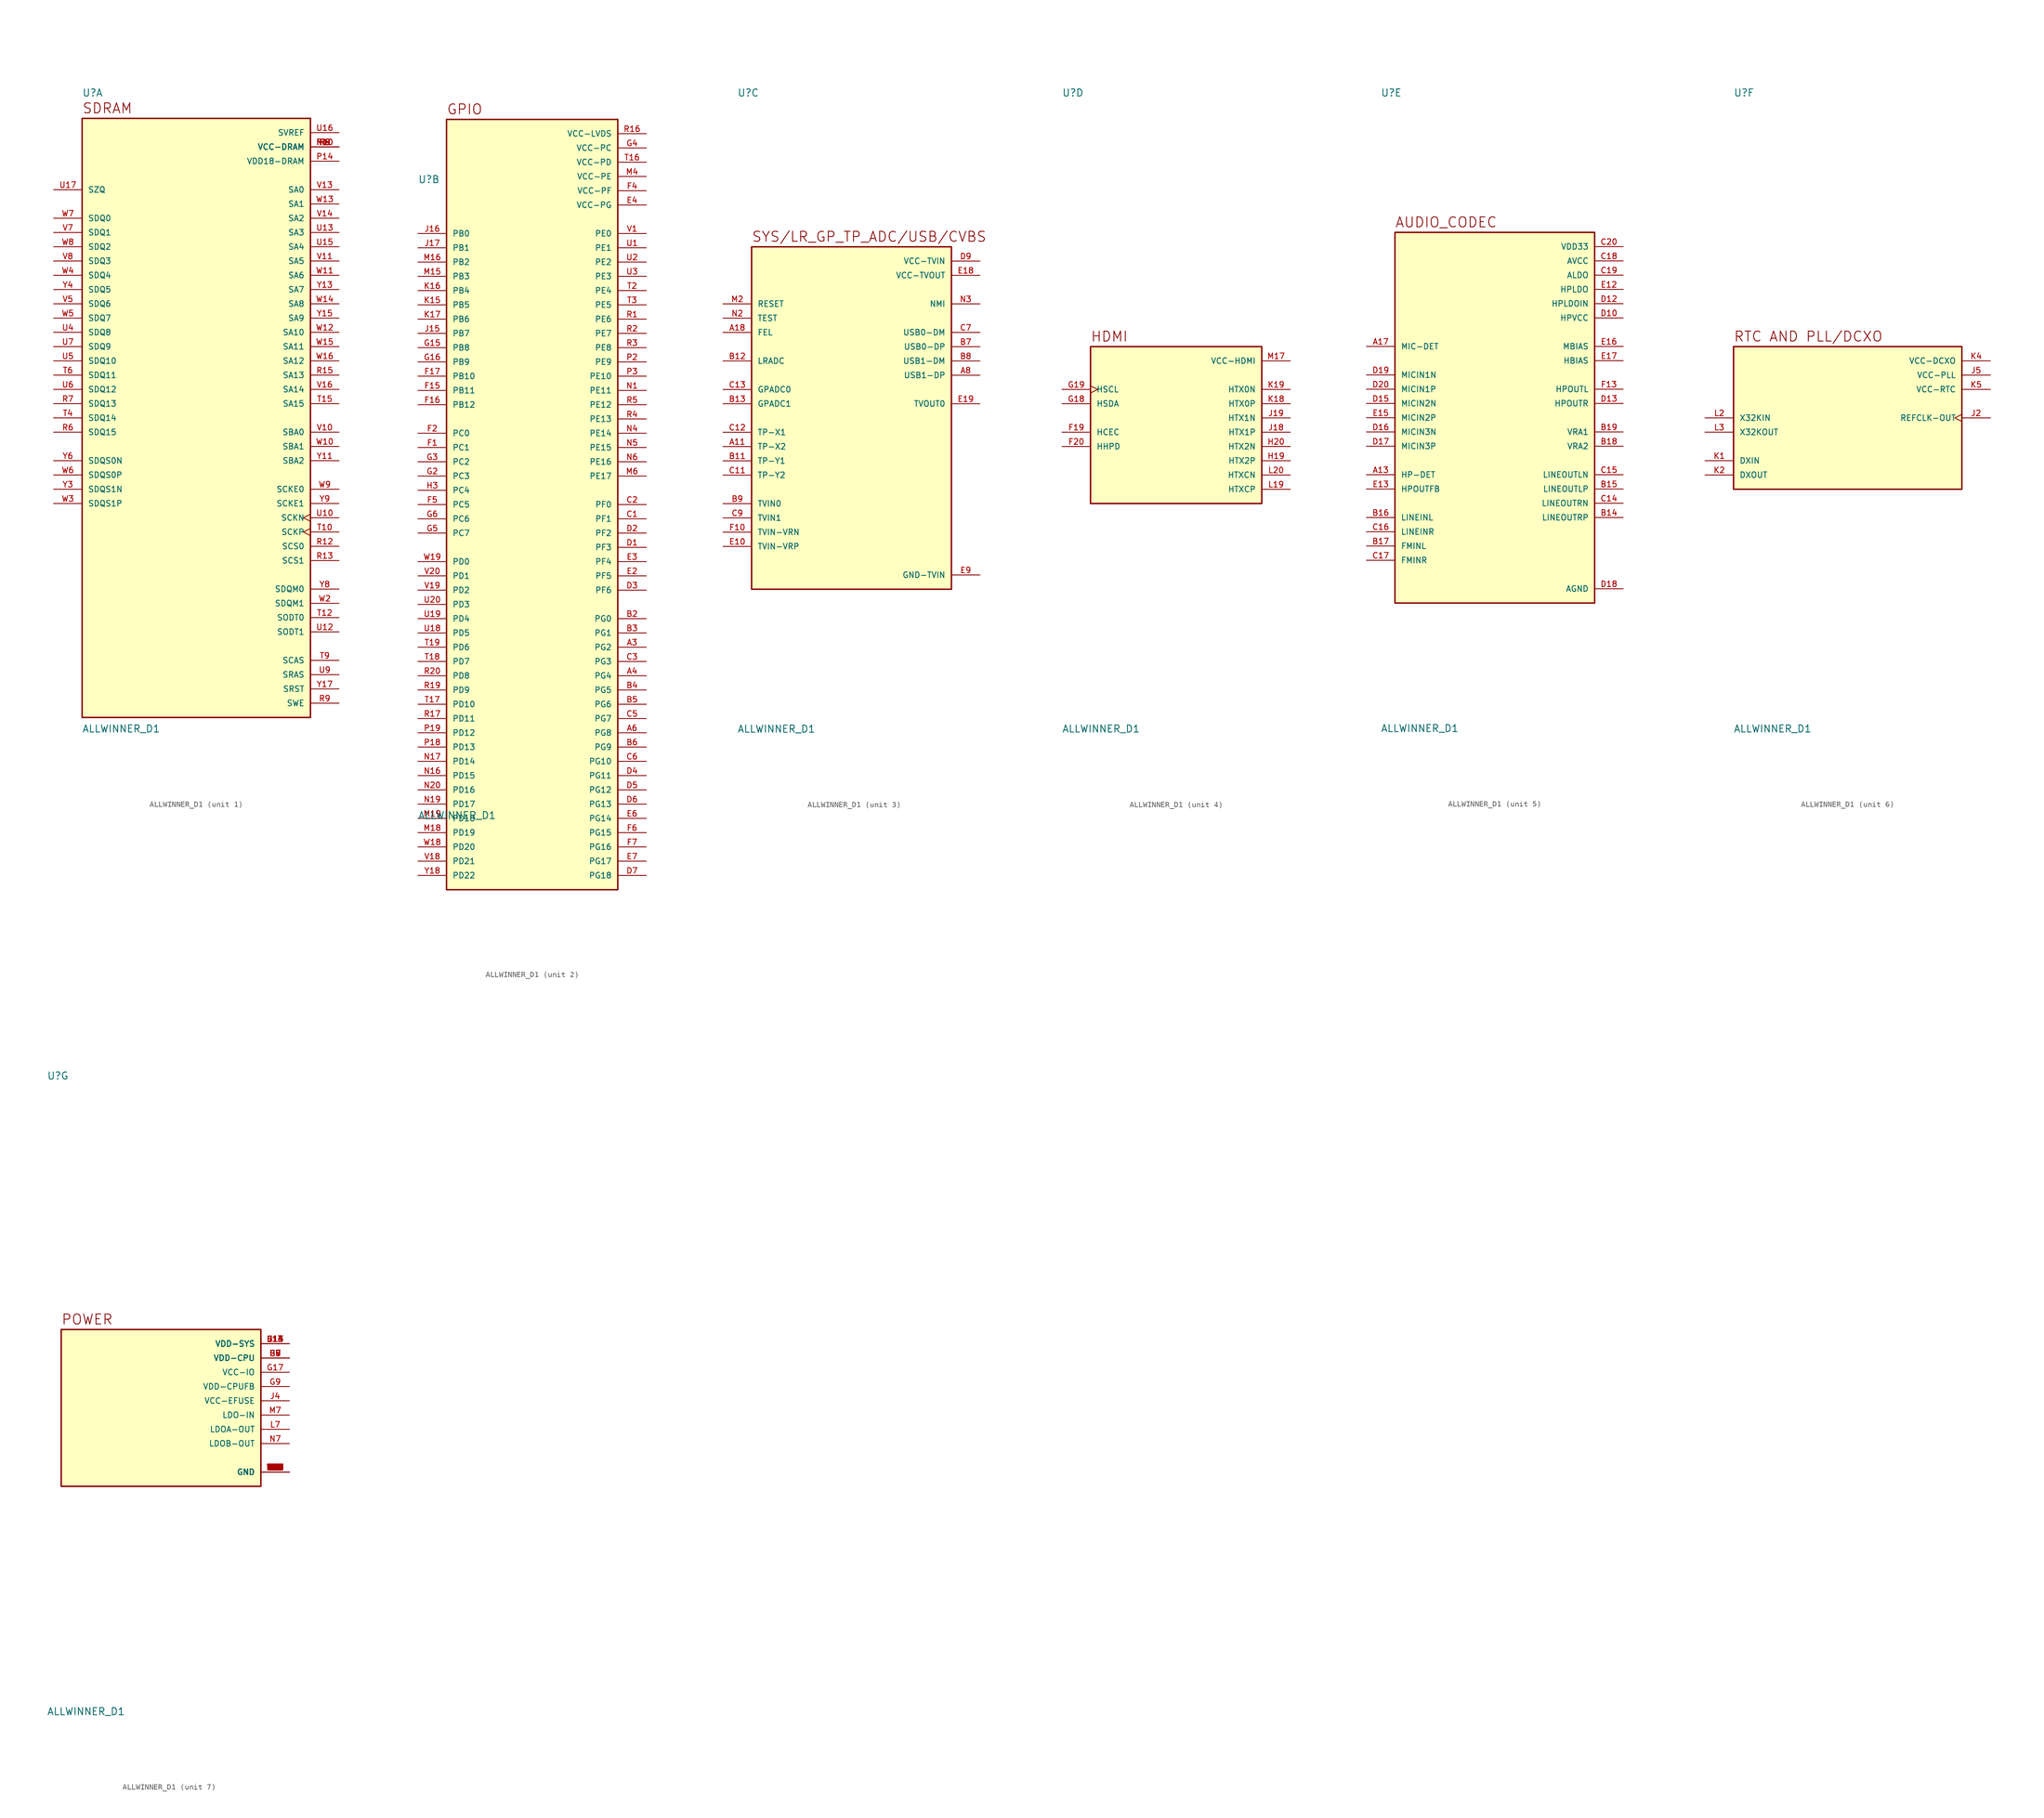
<source format=kicad_sym>
(kicad_symbol_lib
  (version 20211014)
  (generator kicad_symbol_editor)
  (symbol "ALLWINNER_D1"
    (pin_names
      (offset 1.016))
    (property "Reference" "U"
      (at -20.32 57.15 0)
      (effects (font (size 1.27 1.27)) (justify bottom left)))
    (property "Value" "ALLWINNER_D1"
      (at -20.32 -54.61 0)
      (effects (font (size 1.27 1.27)) (justify top left)))
    (symbol "ALLWINNER_D1_1_0"
      (text "SDRAM" (at -20.32 54.102 0) (effects (font (size 1.778 1.778)) (justify bottom left)))
      (rectangle (start -20.32 -53.34) (end 20.32 53.34) (stroke (width 0.254)) (fill (type background)))
      (pin power_in line (at 25.4 50.8 180.0) (length 5.08) (name "SVREF" (effects (font (size 1.016 1.016)))) (number "U16" (effects (font (size 1.016 1.016)))))
      (pin power_in line (at 25.4 48.26 180.0) (length 5.08) (name "VCC-DRAM" (effects (font (size 1.016 1.016)))) (number "N8" (effects (font (size 1.016 1.016)))))
      (pin power_in line (at 25.4 48.26 180.0) (length 5.08) (name "VCC-DRAM" (effects (font (size 1.016 1.016)))) (number "N9" (effects (font (size 1.016 1.016)))))
      (pin power_in line (at 25.4 48.26 180.0) (length 5.08) (name "VCC-DRAM" (effects (font (size 1.016 1.016)))) (number "N10" (effects (font (size 1.016 1.016)))))
      (pin power_in line (at 25.4 48.26 180.0) (length 5.08) (name "VCC-DRAM" (effects (font (size 1.016 1.016)))) (number "P8" (effects (font (size 1.016 1.016)))))
      (pin power_in line (at 25.4 48.26 180.0) (length 5.08) (name "VCC-DRAM" (effects (font (size 1.016 1.016)))) (number "P9" (effects (font (size 1.016 1.016)))))
      (pin power_in line (at 25.4 48.26 180.0) (length 5.08) (name "VCC-DRAM" (effects (font (size 1.016 1.016)))) (number "P10" (effects (font (size 1.016 1.016)))))
      (pin power_in line (at 25.4 45.72 180.0) (length 5.08) (name "VDD18-DRAM" (effects (font (size 1.016 1.016)))) (number "P14" (effects (font (size 1.016 1.016)))))
      (pin input line (at -25.4 40.64 0) (length 5.08) (name "SZQ" (effects (font (size 1.016 1.016)))) (number "U17" (effects (font (size 1.016 1.016)))))
      (pin bidirectional line (at -25.4 35.56 0) (length 5.08) (name "SDQ0" (effects (font (size 1.016 1.016)))) (number "W7" (effects (font (size 1.016 1.016)))))
      (pin bidirectional line (at -25.4 33.02 0) (length 5.08) (name "SDQ1" (effects (font (size 1.016 1.016)))) (number "V7" (effects (font (size 1.016 1.016)))))
      (pin bidirectional line (at -25.4 10.16 0) (length 5.08) (name "SDQ10" (effects (font (size 1.016 1.016)))) (number "U5" (effects (font (size 1.016 1.016)))))
      (pin bidirectional line (at -25.4 7.62 0) (length 5.08) (name "SDQ11" (effects (font (size 1.016 1.016)))) (number "T6" (effects (font (size 1.016 1.016)))))
      (pin bidirectional line (at -25.4 5.08 0) (length 5.08) (name "SDQ12" (effects (font (size 1.016 1.016)))) (number "U6" (effects (font (size 1.016 1.016)))))
      (pin bidirectional line (at -25.4 2.54 0) (length 5.08) (name "SDQ13" (effects (font (size 1.016 1.016)))) (number "R7" (effects (font (size 1.016 1.016)))))
      (pin bidirectional line (at -25.4 0.0 0) (length 5.08) (name "SDQ14" (effects (font (size 1.016 1.016)))) (number "T4" (effects (font (size 1.016 1.016)))))
      (pin bidirectional line (at -25.4 -2.54 0) (length 5.08) (name "SDQ15" (effects (font (size 1.016 1.016)))) (number "R6" (effects (font (size 1.016 1.016)))))
      (pin bidirectional line (at -25.4 30.48 0) (length 5.08) (name "SDQ2" (effects (font (size 1.016 1.016)))) (number "W8" (effects (font (size 1.016 1.016)))))
      (pin bidirectional line (at -25.4 27.94 0) (length 5.08) (name "SDQ3" (effects (font (size 1.016 1.016)))) (number "V8" (effects (font (size 1.016 1.016)))))
      (pin output line (at 25.4 40.64 180.0) (length 5.08) (name "SA0" (effects (font (size 1.016 1.016)))) (number "V13" (effects (font (size 1.016 1.016)))))
      (pin output line (at 25.4 38.1 180.0) (length 5.08) (name "SA1" (effects (font (size 1.016 1.016)))) (number "W13" (effects (font (size 1.016 1.016)))))
      (pin output line (at 25.4 15.24 180.0) (length 5.08) (name "SA10" (effects (font (size 1.016 1.016)))) (number "W12" (effects (font (size 1.016 1.016)))))
      (pin output line (at 25.4 12.7 180.0) (length 5.08) (name "SA11" (effects (font (size 1.016 1.016)))) (number "W15" (effects (font (size 1.016 1.016)))))
      (pin output line (at 25.4 10.16 180.0) (length 5.08) (name "SA12" (effects (font (size 1.016 1.016)))) (number "W16" (effects (font (size 1.016 1.016)))))
      (pin output line (at 25.4 7.62 180.0) (length 5.08) (name "SA13" (effects (font (size 1.016 1.016)))) (number "R15" (effects (font (size 1.016 1.016)))))
      (pin output line (at 25.4 5.08 180.0) (length 5.08) (name "SA14" (effects (font (size 1.016 1.016)))) (number "V16" (effects (font (size 1.016 1.016)))))
      (pin output line (at 25.4 2.54 180.0) (length 5.08) (name "SA15" (effects (font (size 1.016 1.016)))) (number "T15" (effects (font (size 1.016 1.016)))))
      (pin output line (at 25.4 35.56 180.0) (length 5.08) (name "SA2" (effects (font (size 1.016 1.016)))) (number "V14" (effects (font (size 1.016 1.016)))))
      (pin output line (at 25.4 33.02 180.0) (length 5.08) (name "SA3" (effects (font (size 1.016 1.016)))) (number "U13" (effects (font (size 1.016 1.016)))))
      (pin output line (at 25.4 30.48 180.0) (length 5.08) (name "SA4" (effects (font (size 1.016 1.016)))) (number "U15" (effects (font (size 1.016 1.016)))))
      (pin output line (at 25.4 27.94 180.0) (length 5.08) (name "SA5" (effects (font (size 1.016 1.016)))) (number "V11" (effects (font (size 1.016 1.016)))))
      (pin output line (at 25.4 25.4 180.0) (length 5.08) (name "SA6" (effects (font (size 1.016 1.016)))) (number "W11" (effects (font (size 1.016 1.016)))))
      (pin output line (at 25.4 22.86 180.0) (length 5.08) (name "SA7" (effects (font (size 1.016 1.016)))) (number "Y13" (effects (font (size 1.016 1.016)))))
      (pin output line (at 25.4 20.32 180.0) (length 5.08) (name "SA8" (effects (font (size 1.016 1.016)))) (number "W14" (effects (font (size 1.016 1.016)))))
      (pin output line (at 25.4 17.78 180.0) (length 5.08) (name "SA9" (effects (font (size 1.016 1.016)))) (number "Y15" (effects (font (size 1.016 1.016)))))
      (pin output line (at 25.4 -2.54 180.0) (length 5.08) (name "SBA0" (effects (font (size 1.016 1.016)))) (number "V10" (effects (font (size 1.016 1.016)))))
      (pin output line (at 25.4 -5.08 180.0) (length 5.08) (name "SBA1" (effects (font (size 1.016 1.016)))) (number "W10" (effects (font (size 1.016 1.016)))))
      (pin output line (at 25.4 -7.62 180.0) (length 5.08) (name "SBA2" (effects (font (size 1.016 1.016)))) (number "Y11" (effects (font (size 1.016 1.016)))))
      (pin output line (at 25.4 -43.18 180.0) (length 5.08) (name "SCAS" (effects (font (size 1.016 1.016)))) (number "T9" (effects (font (size 1.016 1.016)))))
      (pin output line (at 25.4 -12.7 180.0) (length 5.08) (name "SCKE0" (effects (font (size 1.016 1.016)))) (number "W9" (effects (font (size 1.016 1.016)))))
      (pin output line (at 25.4 -15.24 180.0) (length 5.08) (name "SCKE1" (effects (font (size 1.016 1.016)))) (number "Y9" (effects (font (size 1.016 1.016)))))
      (pin output clock (at 25.4 -17.78 180.0) (length 5.08) (name "SCKN" (effects (font (size 1.016 1.016)))) (number "U10" (effects (font (size 1.016 1.016)))))
      (pin output clock (at 25.4 -20.32 180.0) (length 5.08) (name "SCKP" (effects (font (size 1.016 1.016)))) (number "T10" (effects (font (size 1.016 1.016)))))
      (pin output line (at 25.4 -22.86 180.0) (length 5.08) (name "SCS0" (effects (font (size 1.016 1.016)))) (number "R12" (effects (font (size 1.016 1.016)))))
      (pin output line (at 25.4 -25.4 180.0) (length 5.08) (name "SCS1" (effects (font (size 1.016 1.016)))) (number "R13" (effects (font (size 1.016 1.016)))))
      (pin output line (at 25.4 -30.48 180.0) (length 5.08) (name "SDQM0" (effects (font (size 1.016 1.016)))) (number "Y8" (effects (font (size 1.016 1.016)))))
      (pin output line (at 25.4 -33.02 180.0) (length 5.08) (name "SDQM1" (effects (font (size 1.016 1.016)))) (number "W2" (effects (font (size 1.016 1.016)))))
      (pin output line (at 25.4 -35.56 180.0) (length 5.08) (name "SODT0" (effects (font (size 1.016 1.016)))) (number "T12" (effects (font (size 1.016 1.016)))))
      (pin output line (at 25.4 -38.1 180.0) (length 5.08) (name "SODT1" (effects (font (size 1.016 1.016)))) (number "U12" (effects (font (size 1.016 1.016)))))
      (pin output line (at 25.4 -45.72 180.0) (length 5.08) (name "SRAS" (effects (font (size 1.016 1.016)))) (number "U9" (effects (font (size 1.016 1.016)))))
      (pin output line (at 25.4 -48.26 180.0) (length 5.08) (name "SRST" (effects (font (size 1.016 1.016)))) (number "Y17" (effects (font (size 1.016 1.016)))))
      (pin output line (at 25.4 -50.8 180.0) (length 5.08) (name "SWE" (effects (font (size 1.016 1.016)))) (number "R9" (effects (font (size 1.016 1.016)))))
      (pin bidirectional line (at -25.4 25.4 0) (length 5.08) (name "SDQ4" (effects (font (size 1.016 1.016)))) (number "W4" (effects (font (size 1.016 1.016)))))
      (pin bidirectional line (at -25.4 22.86 0) (length 5.08) (name "SDQ5" (effects (font (size 1.016 1.016)))) (number "Y4" (effects (font (size 1.016 1.016)))))
      (pin bidirectional line (at -25.4 20.32 0) (length 5.08) (name "SDQ6" (effects (font (size 1.016 1.016)))) (number "V5" (effects (font (size 1.016 1.016)))))
      (pin bidirectional line (at -25.4 17.78 0) (length 5.08) (name "SDQ7" (effects (font (size 1.016 1.016)))) (number "W5" (effects (font (size 1.016 1.016)))))
      (pin bidirectional line (at -25.4 15.24 0) (length 5.08) (name "SDQ8" (effects (font (size 1.016 1.016)))) (number "U4" (effects (font (size 1.016 1.016)))))
      (pin bidirectional line (at -25.4 12.7 0) (length 5.08) (name "SDQ9" (effects (font (size 1.016 1.016)))) (number "U7" (effects (font (size 1.016 1.016)))))
      (pin bidirectional line (at -25.4 -7.62 0) (length 5.08) (name "SDQS0N" (effects (font (size 1.016 1.016)))) (number "Y6" (effects (font (size 1.016 1.016)))))
      (pin bidirectional line (at -25.4 -10.16 0) (length 5.08) (name "SDQS0P" (effects (font (size 1.016 1.016)))) (number "W6" (effects (font (size 1.016 1.016)))))
      (pin bidirectional line (at -25.4 -12.7 0) (length 5.08) (name "SDQS1N" (effects (font (size 1.016 1.016)))) (number "Y3" (effects (font (size 1.016 1.016)))))
      (pin bidirectional line (at -25.4 -15.24 0) (length 5.08) (name "SDQS1P" (effects (font (size 1.016 1.016)))) (number "W3" (effects (font (size 1.016 1.016))))))
    (symbol "ALLWINNER_D1_2_0"
      (text "GPIO" (at -15.24 69.342 0) (effects (font (size 1.778 1.778)) (justify bottom left)))
      (rectangle (start -15.24 -68.58) (end 15.24 68.58) (stroke (width 0.254)) (fill (type background)))
      (pin power_in line (at 20.32 66.04 180.0) (length 5.08) (name "VCC-LVDS" (effects (font (size 1.016 1.016)))) (number "R16" (effects (font (size 1.016 1.016)))))
      (pin power_in line (at 20.32 63.5 180.0) (length 5.08) (name "VCC-PC" (effects (font (size 1.016 1.016)))) (number "G4" (effects (font (size 1.016 1.016)))))
      (pin power_in line (at 20.32 60.96 180.0) (length 5.08) (name "VCC-PD" (effects (font (size 1.016 1.016)))) (number "T16" (effects (font (size 1.016 1.016)))))
      (pin power_in line (at 20.32 58.42 180.0) (length 5.08) (name "VCC-PE" (effects (font (size 1.016 1.016)))) (number "M4" (effects (font (size 1.016 1.016)))))
      (pin power_in line (at 20.32 55.88 180.0) (length 5.08) (name "VCC-PF" (effects (font (size 1.016 1.016)))) (number "F4" (effects (font (size 1.016 1.016)))))
      (pin power_in line (at 20.32 53.34 180.0) (length 5.08) (name "VCC-PG" (effects (font (size 1.016 1.016)))) (number "E4" (effects (font (size 1.016 1.016)))))
      (pin bidirectional line (at -20.32 48.26 0) (length 5.08) (name "PB0" (effects (font (size 1.016 1.016)))) (number "J16" (effects (font (size 1.016 1.016)))))
      (pin bidirectional line (at -20.32 45.72 0) (length 5.08) (name "PB1" (effects (font (size 1.016 1.016)))) (number "J17" (effects (font (size 1.016 1.016)))))
      (pin bidirectional line (at -20.32 22.86 0) (length 5.08) (name "PB10" (effects (font (size 1.016 1.016)))) (number "F17" (effects (font (size 1.016 1.016)))))
      (pin bidirectional line (at -20.32 20.32 0) (length 5.08) (name "PB11" (effects (font (size 1.016 1.016)))) (number "F15" (effects (font (size 1.016 1.016)))))
      (pin bidirectional line (at -20.32 17.78 0) (length 5.08) (name "PB12" (effects (font (size 1.016 1.016)))) (number "F16" (effects (font (size 1.016 1.016)))))
      (pin bidirectional line (at -20.32 43.18 0) (length 5.08) (name "PB2" (effects (font (size 1.016 1.016)))) (number "M16" (effects (font (size 1.016 1.016)))))
      (pin bidirectional line (at -20.32 40.64 0) (length 5.08) (name "PB3" (effects (font (size 1.016 1.016)))) (number "M15" (effects (font (size 1.016 1.016)))))
      (pin bidirectional line (at -20.32 38.1 0) (length 5.08) (name "PB4" (effects (font (size 1.016 1.016)))) (number "K16" (effects (font (size 1.016 1.016)))))
      (pin bidirectional line (at -20.32 35.56 0) (length 5.08) (name "PB5" (effects (font (size 1.016 1.016)))) (number "K15" (effects (font (size 1.016 1.016)))))
      (pin bidirectional line (at -20.32 33.02 0) (length 5.08) (name "PB6" (effects (font (size 1.016 1.016)))) (number "K17" (effects (font (size 1.016 1.016)))))
      (pin bidirectional line (at -20.32 30.48 0) (length 5.08) (name "PB7" (effects (font (size 1.016 1.016)))) (number "J15" (effects (font (size 1.016 1.016)))))
      (pin bidirectional line (at -20.32 27.94 0) (length 5.08) (name "PB8" (effects (font (size 1.016 1.016)))) (number "G15" (effects (font (size 1.016 1.016)))))
      (pin bidirectional line (at -20.32 25.4 0) (length 5.08) (name "PB9" (effects (font (size 1.016 1.016)))) (number "G16" (effects (font (size 1.016 1.016)))))
      (pin bidirectional line (at -20.32 12.7 0) (length 5.08) (name "PC0" (effects (font (size 1.016 1.016)))) (number "F2" (effects (font (size 1.016 1.016)))))
      (pin bidirectional line (at -20.32 10.16 0) (length 5.08) (name "PC1" (effects (font (size 1.016 1.016)))) (number "F1" (effects (font (size 1.016 1.016)))))
      (pin bidirectional line (at -20.32 7.62 0) (length 5.08) (name "PC2" (effects (font (size 1.016 1.016)))) (number "G3" (effects (font (size 1.016 1.016)))))
      (pin bidirectional line (at -20.32 5.08 0) (length 5.08) (name "PC3" (effects (font (size 1.016 1.016)))) (number "G2" (effects (font (size 1.016 1.016)))))
      (pin bidirectional line (at -20.32 2.54 0) (length 5.08) (name "PC4" (effects (font (size 1.016 1.016)))) (number "H3" (effects (font (size 1.016 1.016)))))
      (pin bidirectional line (at -20.32 0.0 0) (length 5.08) (name "PC5" (effects (font (size 1.016 1.016)))) (number "F5" (effects (font (size 1.016 1.016)))))
      (pin bidirectional line (at -20.32 -2.54 0) (length 5.08) (name "PC6" (effects (font (size 1.016 1.016)))) (number "G6" (effects (font (size 1.016 1.016)))))
      (pin bidirectional line (at -20.32 -5.08 0) (length 5.08) (name "PC7" (effects (font (size 1.016 1.016)))) (number "G5" (effects (font (size 1.016 1.016)))))
      (pin bidirectional line (at -20.32 -10.16 0) (length 5.08) (name "PD0" (effects (font (size 1.016 1.016)))) (number "W19" (effects (font (size 1.016 1.016)))))
      (pin bidirectional line (at -20.32 -12.7 0) (length 5.08) (name "PD1" (effects (font (size 1.016 1.016)))) (number "V20" (effects (font (size 1.016 1.016)))))
      (pin bidirectional line (at -20.32 -35.56 0) (length 5.08) (name "PD10" (effects (font (size 1.016 1.016)))) (number "T17" (effects (font (size 1.016 1.016)))))
      (pin bidirectional line (at -20.32 -38.1 0) (length 5.08) (name "PD11" (effects (font (size 1.016 1.016)))) (number "R17" (effects (font (size 1.016 1.016)))))
      (pin bidirectional line (at -20.32 -40.64 0) (length 5.08) (name "PD12" (effects (font (size 1.016 1.016)))) (number "P19" (effects (font (size 1.016 1.016)))))
      (pin bidirectional line (at -20.32 -43.18 0) (length 5.08) (name "PD13" (effects (font (size 1.016 1.016)))) (number "P18" (effects (font (size 1.016 1.016)))))
      (pin bidirectional line (at -20.32 -45.72 0) (length 5.08) (name "PD14" (effects (font (size 1.016 1.016)))) (number "N17" (effects (font (size 1.016 1.016)))))
      (pin bidirectional line (at -20.32 -48.26 0) (length 5.08) (name "PD15" (effects (font (size 1.016 1.016)))) (number "N16" (effects (font (size 1.016 1.016)))))
      (pin bidirectional line (at -20.32 -50.8 0) (length 5.08) (name "PD16" (effects (font (size 1.016 1.016)))) (number "N20" (effects (font (size 1.016 1.016)))))
      (pin bidirectional line (at -20.32 -53.34 0) (length 5.08) (name "PD17" (effects (font (size 1.016 1.016)))) (number "N19" (effects (font (size 1.016 1.016)))))
      (pin bidirectional line (at -20.32 -55.88 0) (length 5.08) (name "PD18" (effects (font (size 1.016 1.016)))) (number "M19" (effects (font (size 1.016 1.016)))))
      (pin bidirectional line (at -20.32 -58.42 0) (length 5.08) (name "PD19" (effects (font (size 1.016 1.016)))) (number "M18" (effects (font (size 1.016 1.016)))))
      (pin bidirectional line (at -20.32 -15.24 0) (length 5.08) (name "PD2" (effects (font (size 1.016 1.016)))) (number "V19" (effects (font (size 1.016 1.016)))))
      (pin bidirectional line (at -20.32 -60.96 0) (length 5.08) (name "PD20" (effects (font (size 1.016 1.016)))) (number "W18" (effects (font (size 1.016 1.016)))))
      (pin bidirectional line (at -20.32 -63.5 0) (length 5.08) (name "PD21" (effects (font (size 1.016 1.016)))) (number "V18" (effects (font (size 1.016 1.016)))))
      (pin bidirectional line (at -20.32 -66.04 0) (length 5.08) (name "PD22" (effects (font (size 1.016 1.016)))) (number "Y18" (effects (font (size 1.016 1.016)))))
      (pin bidirectional line (at -20.32 -17.78 0) (length 5.08) (name "PD3" (effects (font (size 1.016 1.016)))) (number "U20" (effects (font (size 1.016 1.016)))))
      (pin bidirectional line (at -20.32 -20.32 0) (length 5.08) (name "PD4" (effects (font (size 1.016 1.016)))) (number "U19" (effects (font (size 1.016 1.016)))))
      (pin bidirectional line (at -20.32 -22.86 0) (length 5.08) (name "PD5" (effects (font (size 1.016 1.016)))) (number "U18" (effects (font (size 1.016 1.016)))))
      (pin bidirectional line (at -20.32 -25.4 0) (length 5.08) (name "PD6" (effects (font (size 1.016 1.016)))) (number "T19" (effects (font (size 1.016 1.016)))))
      (pin bidirectional line (at -20.32 -27.94 0) (length 5.08) (name "PD7" (effects (font (size 1.016 1.016)))) (number "T18" (effects (font (size 1.016 1.016)))))
      (pin bidirectional line (at -20.32 -30.48 0) (length 5.08) (name "PD8" (effects (font (size 1.016 1.016)))) (number "R20" (effects (font (size 1.016 1.016)))))
      (pin bidirectional line (at -20.32 -33.02 0) (length 5.08) (name "PD9" (effects (font (size 1.016 1.016)))) (number "R19" (effects (font (size 1.016 1.016)))))
      (pin bidirectional line (at 20.32 48.26 180.0) (length 5.08) (name "PE0" (effects (font (size 1.016 1.016)))) (number "V1" (effects (font (size 1.016 1.016)))))
      (pin bidirectional line (at 20.32 45.72 180.0) (length 5.08) (name "PE1" (effects (font (size 1.016 1.016)))) (number "U1" (effects (font (size 1.016 1.016)))))
      (pin bidirectional line (at 20.32 22.86 180.0) (length 5.08) (name "PE10" (effects (font (size 1.016 1.016)))) (number "P3" (effects (font (size 1.016 1.016)))))
      (pin bidirectional line (at 20.32 20.32 180.0) (length 5.08) (name "PE11" (effects (font (size 1.016 1.016)))) (number "N1" (effects (font (size 1.016 1.016)))))
      (pin bidirectional line (at 20.32 17.78 180.0) (length 5.08) (name "PE12" (effects (font (size 1.016 1.016)))) (number "R5" (effects (font (size 1.016 1.016)))))
      (pin bidirectional line (at 20.32 15.24 180.0) (length 5.08) (name "PE13" (effects (font (size 1.016 1.016)))) (number "R4" (effects (font (size 1.016 1.016)))))
      (pin bidirectional line (at 20.32 12.7 180.0) (length 5.08) (name "PE14" (effects (font (size 1.016 1.016)))) (number "N4" (effects (font (size 1.016 1.016)))))
      (pin bidirectional line (at 20.32 10.16 180.0) (length 5.08) (name "PE15" (effects (font (size 1.016 1.016)))) (number "N5" (effects (font (size 1.016 1.016)))))
      (pin bidirectional line (at 20.32 7.62 180.0) (length 5.08) (name "PE16" (effects (font (size 1.016 1.016)))) (number "N6" (effects (font (size 1.016 1.016)))))
      (pin bidirectional line (at 20.32 5.08 180.0) (length 5.08) (name "PE17" (effects (font (size 1.016 1.016)))) (number "M6" (effects (font (size 1.016 1.016)))))
      (pin bidirectional line (at 20.32 43.18 180.0) (length 5.08) (name "PE2" (effects (font (size 1.016 1.016)))) (number "U2" (effects (font (size 1.016 1.016)))))
      (pin bidirectional line (at 20.32 40.64 180.0) (length 5.08) (name "PE3" (effects (font (size 1.016 1.016)))) (number "U3" (effects (font (size 1.016 1.016)))))
      (pin bidirectional line (at 20.32 38.1 180.0) (length 5.08) (name "PE4" (effects (font (size 1.016 1.016)))) (number "T2" (effects (font (size 1.016 1.016)))))
      (pin bidirectional line (at 20.32 35.56 180.0) (length 5.08) (name "PE5" (effects (font (size 1.016 1.016)))) (number "T3" (effects (font (size 1.016 1.016)))))
      (pin bidirectional line (at 20.32 33.02 180.0) (length 5.08) (name "PE6" (effects (font (size 1.016 1.016)))) (number "R1" (effects (font (size 1.016 1.016)))))
      (pin bidirectional line (at 20.32 30.48 180.0) (length 5.08) (name "PE7" (effects (font (size 1.016 1.016)))) (number "R2" (effects (font (size 1.016 1.016)))))
      (pin bidirectional line (at 20.32 27.94 180.0) (length 5.08) (name "PE8" (effects (font (size 1.016 1.016)))) (number "R3" (effects (font (size 1.016 1.016)))))
      (pin bidirectional line (at 20.32 25.4 180.0) (length 5.08) (name "PE9" (effects (font (size 1.016 1.016)))) (number "P2" (effects (font (size 1.016 1.016)))))
      (pin bidirectional line (at 20.32 0.0 180.0) (length 5.08) (name "PF0" (effects (font (size 1.016 1.016)))) (number "C2" (effects (font (size 1.016 1.016)))))
      (pin bidirectional line (at 20.32 -2.54 180.0) (length 5.08) (name "PF1" (effects (font (size 1.016 1.016)))) (number "C1" (effects (font (size 1.016 1.016)))))
      (pin bidirectional line (at 20.32 -5.08 180.0) (length 5.08) (name "PF2" (effects (font (size 1.016 1.016)))) (number "D2" (effects (font (size 1.016 1.016)))))
      (pin bidirectional line (at 20.32 -7.62 180.0) (length 5.08) (name "PF3" (effects (font (size 1.016 1.016)))) (number "D1" (effects (font (size 1.016 1.016)))))
      (pin bidirectional line (at 20.32 -10.16 180.0) (length 5.08) (name "PF4" (effects (font (size 1.016 1.016)))) (number "E3" (effects (font (size 1.016 1.016)))))
      (pin bidirectional line (at 20.32 -12.7 180.0) (length 5.08) (name "PF5" (effects (font (size 1.016 1.016)))) (number "E2" (effects (font (size 1.016 1.016)))))
      (pin bidirectional line (at 20.32 -15.24 180.0) (length 5.08) (name "PF6" (effects (font (size 1.016 1.016)))) (number "D3" (effects (font (size 1.016 1.016)))))
      (pin bidirectional line (at 20.32 -20.32 180.0) (length 5.08) (name "PG0" (effects (font (size 1.016 1.016)))) (number "B2" (effects (font (size 1.016 1.016)))))
      (pin bidirectional line (at 20.32 -22.86 180.0) (length 5.08) (name "PG1" (effects (font (size 1.016 1.016)))) (number "B3" (effects (font (size 1.016 1.016)))))
      (pin bidirectional line (at 20.32 -45.72 180.0) (length 5.08) (name "PG10" (effects (font (size 1.016 1.016)))) (number "C6" (effects (font (size 1.016 1.016)))))
      (pin bidirectional line (at 20.32 -48.26 180.0) (length 5.08) (name "PG11" (effects (font (size 1.016 1.016)))) (number "D4" (effects (font (size 1.016 1.016)))))
      (pin bidirectional line (at 20.32 -50.8 180.0) (length 5.08) (name "PG12" (effects (font (size 1.016 1.016)))) (number "D5" (effects (font (size 1.016 1.016)))))
      (pin bidirectional line (at 20.32 -53.34 180.0) (length 5.08) (name "PG13" (effects (font (size 1.016 1.016)))) (number "D6" (effects (font (size 1.016 1.016)))))
      (pin bidirectional line (at 20.32 -55.88 180.0) (length 5.08) (name "PG14" (effects (font (size 1.016 1.016)))) (number "E6" (effects (font (size 1.016 1.016)))))
      (pin bidirectional line (at 20.32 -58.42 180.0) (length 5.08) (name "PG15" (effects (font (size 1.016 1.016)))) (number "F6" (effects (font (size 1.016 1.016)))))
      (pin bidirectional line (at 20.32 -60.96 180.0) (length 5.08) (name "PG16" (effects (font (size 1.016 1.016)))) (number "F7" (effects (font (size 1.016 1.016)))))
      (pin bidirectional line (at 20.32 -63.5 180.0) (length 5.08) (name "PG17" (effects (font (size 1.016 1.016)))) (number "E7" (effects (font (size 1.016 1.016)))))
      (pin bidirectional line (at 20.32 -66.04 180.0) (length 5.08) (name "PG18" (effects (font (size 1.016 1.016)))) (number "D7" (effects (font (size 1.016 1.016)))))
      (pin bidirectional line (at 20.32 -25.4 180.0) (length 5.08) (name "PG2" (effects (font (size 1.016 1.016)))) (number "A3" (effects (font (size 1.016 1.016)))))
      (pin bidirectional line (at 20.32 -27.94 180.0) (length 5.08) (name "PG3" (effects (font (size 1.016 1.016)))) (number "C3" (effects (font (size 1.016 1.016)))))
      (pin bidirectional line (at 20.32 -30.48 180.0) (length 5.08) (name "PG4" (effects (font (size 1.016 1.016)))) (number "A4" (effects (font (size 1.016 1.016)))))
      (pin bidirectional line (at 20.32 -33.02 180.0) (length 5.08) (name "PG5" (effects (font (size 1.016 1.016)))) (number "B4" (effects (font (size 1.016 1.016)))))
      (pin bidirectional line (at 20.32 -35.56 180.0) (length 5.08) (name "PG6" (effects (font (size 1.016 1.016)))) (number "B5" (effects (font (size 1.016 1.016)))))
      (pin bidirectional line (at 20.32 -38.1 180.0) (length 5.08) (name "PG7" (effects (font (size 1.016 1.016)))) (number "C5" (effects (font (size 1.016 1.016)))))
      (pin bidirectional line (at 20.32 -40.64 180.0) (length 5.08) (name "PG8" (effects (font (size 1.016 1.016)))) (number "A6" (effects (font (size 1.016 1.016)))))
      (pin bidirectional line (at 20.32 -43.18 180.0) (length 5.08) (name "PG9" (effects (font (size 1.016 1.016)))) (number "B6" (effects (font (size 1.016 1.016))))))
    (symbol "ALLWINNER_D1_3_0"
      (text "SYS/LR_GP_TP_ADC/USB/CVBS" (at -17.78 31.242 0) (effects (font (size 1.778 1.778)) (justify bottom left)))
      (rectangle (start -17.78 -30.48) (end 17.78 30.48) (stroke (width 0.254)) (fill (type background)))
      (pin power_in line (at 22.86 27.94 180.0) (length 5.08) (name "VCC-TVIN" (effects (font (size 1.016 1.016)))) (number "D9" (effects (font (size 1.016 1.016)))))
      (pin power_in line (at 22.86 25.4 180.0) (length 5.08) (name "VCC-TVOUT" (effects (font (size 1.016 1.016)))) (number "E18" (effects (font (size 1.016 1.016)))))
      (pin input line (at -22.86 15.24 0) (length 5.08) (name "FEL" (effects (font (size 1.016 1.016)))) (number "A18" (effects (font (size 1.016 1.016)))))
      (pin input line (at -22.86 5.08 0) (length 5.08) (name "GPADC0" (effects (font (size 1.016 1.016)))) (number "C13" (effects (font (size 1.016 1.016)))))
      (pin input line (at -22.86 2.54 0) (length 5.08) (name "GPADC1" (effects (font (size 1.016 1.016)))) (number "B13" (effects (font (size 1.016 1.016)))))
      (pin input line (at -22.86 10.16 0) (length 5.08) (name "LRADC" (effects (font (size 1.016 1.016)))) (number "B12" (effects (font (size 1.016 1.016)))))
      (pin input line (at -22.86 20.32 0) (length 5.08) (name "RESET" (effects (font (size 1.016 1.016)))) (number "M2" (effects (font (size 1.016 1.016)))))
      (pin input line (at -22.86 17.78 0) (length 5.08) (name "TEST" (effects (font (size 1.016 1.016)))) (number "N2" (effects (font (size 1.016 1.016)))))
      (pin input line (at -22.86 -2.54 0) (length 5.08) (name "TP-X1" (effects (font (size 1.016 1.016)))) (number "C12" (effects (font (size 1.016 1.016)))))
      (pin input line (at -22.86 -5.08 0) (length 5.08) (name "TP-X2" (effects (font (size 1.016 1.016)))) (number "A11" (effects (font (size 1.016 1.016)))))
      (pin input line (at -22.86 -7.62 0) (length 5.08) (name "TP-Y1" (effects (font (size 1.016 1.016)))) (number "B11" (effects (font (size 1.016 1.016)))))
      (pin input line (at -22.86 -10.16 0) (length 5.08) (name "TP-Y2" (effects (font (size 1.016 1.016)))) (number "C11" (effects (font (size 1.016 1.016)))))
      (pin input line (at -22.86 -15.24 0) (length 5.08) (name "TVIN0" (effects (font (size 1.016 1.016)))) (number "B9" (effects (font (size 1.016 1.016)))))
      (pin input line (at -22.86 -17.78 0) (length 5.08) (name "TVIN1" (effects (font (size 1.016 1.016)))) (number "C9" (effects (font (size 1.016 1.016)))))
      (pin input line (at -22.86 -20.32 0) (length 5.08) (name "TVIN-VRN" (effects (font (size 1.016 1.016)))) (number "F10" (effects (font (size 1.016 1.016)))))
      (pin input line (at -22.86 -22.86 0) (length 5.08) (name "TVIN-VRP" (effects (font (size 1.016 1.016)))) (number "E10" (effects (font (size 1.016 1.016)))))
      (pin bidirectional line (at 22.86 20.32 180.0) (length 5.08) (name "NMI" (effects (font (size 1.016 1.016)))) (number "N3" (effects (font (size 1.016 1.016)))))
      (pin bidirectional line (at 22.86 15.24 180.0) (length 5.08) (name "USB0-DM" (effects (font (size 1.016 1.016)))) (number "C7" (effects (font (size 1.016 1.016)))))
      (pin bidirectional line (at 22.86 12.7 180.0) (length 5.08) (name "USB0-DP" (effects (font (size 1.016 1.016)))) (number "B7" (effects (font (size 1.016 1.016)))))
      (pin bidirectional line (at 22.86 10.16 180.0) (length 5.08) (name "USB1-DM" (effects (font (size 1.016 1.016)))) (number "B8" (effects (font (size 1.016 1.016)))))
      (pin bidirectional line (at 22.86 7.62 180.0) (length 5.08) (name "USB1-DP" (effects (font (size 1.016 1.016)))) (number "A8" (effects (font (size 1.016 1.016)))))
      (pin output line (at 22.86 2.54 180.0) (length 5.08) (name "TVOUT0" (effects (font (size 1.016 1.016)))) (number "E19" (effects (font (size 1.016 1.016)))))
      (pin power_in line (at 22.86 -27.94 180.0) (length 5.08) (name "GND-TVIN" (effects (font (size 1.016 1.016)))) (number "E9" (effects (font (size 1.016 1.016))))))
    (symbol "ALLWINNER_D1_4_0"
      (text "HDMI" (at -15.24 13.462 0) (effects (font (size 1.778 1.778)) (justify bottom left)))
      (rectangle (start -15.24 -15.24) (end 15.24 12.7) (stroke (width 0.254)) (fill (type background)))
      (pin power_in line (at 20.32 10.16 180.0) (length 5.08) (name "VCC-HDMI" (effects (font (size 1.016 1.016)))) (number "M17" (effects (font (size 1.016 1.016)))))
      (pin bidirectional line (at -20.32 -2.54 0) (length 5.08) (name "HCEC" (effects (font (size 1.016 1.016)))) (number "F19" (effects (font (size 1.016 1.016)))))
      (pin bidirectional line (at -20.32 -5.08 0) (length 5.08) (name "HHPD" (effects (font (size 1.016 1.016)))) (number "F20" (effects (font (size 1.016 1.016)))))
      (pin output clock (at -20.32 5.08 0) (length 5.08) (name "HSCL" (effects (font (size 1.016 1.016)))) (number "G19" (effects (font (size 1.016 1.016)))))
      (pin bidirectional line (at -20.32 2.54 0) (length 5.08) (name "HSDA" (effects (font (size 1.016 1.016)))) (number "G18" (effects (font (size 1.016 1.016)))))
      (pin output line (at 20.32 5.08 180.0) (length 5.08) (name "HTX0N" (effects (font (size 1.016 1.016)))) (number "K19" (effects (font (size 1.016 1.016)))))
      (pin output line (at 20.32 2.54 180.0) (length 5.08) (name "HTX0P" (effects (font (size 1.016 1.016)))) (number "K18" (effects (font (size 1.016 1.016)))))
      (pin output line (at 20.32 0.0 180.0) (length 5.08) (name "HTX1N" (effects (font (size 1.016 1.016)))) (number "J19" (effects (font (size 1.016 1.016)))))
      (pin output line (at 20.32 -2.54 180.0) (length 5.08) (name "HTX1P" (effects (font (size 1.016 1.016)))) (number "J18" (effects (font (size 1.016 1.016)))))
      (pin output line (at 20.32 -5.08 180.0) (length 5.08) (name "HTX2N" (effects (font (size 1.016 1.016)))) (number "H20" (effects (font (size 1.016 1.016)))))
      (pin output line (at 20.32 -7.62 180.0) (length 5.08) (name "HTX2P" (effects (font (size 1.016 1.016)))) (number "H19" (effects (font (size 1.016 1.016)))))
      (pin output line (at 20.32 -10.16 180.0) (length 5.08) (name "HTXCN" (effects (font (size 1.016 1.016)))) (number "L20" (effects (font (size 1.016 1.016)))))
      (pin output line (at 20.32 -12.7 180.0) (length 5.08) (name "HTXCP" (effects (font (size 1.016 1.016)))) (number "L19" (effects (font (size 1.016 1.016))))))
    (symbol "ALLWINNER_D1_5_0"
      (text "AUDIO_CODEC" (at -17.78 33.782 0) (effects (font (size 1.778 1.778)) (justify bottom left)))
      (rectangle (start -17.78 -33.02) (end 17.78 33.02) (stroke (width 0.254)) (fill (type background)))
      (pin power_in line (at 22.86 25.4 180.0) (length 5.08) (name "ALDO" (effects (font (size 1.016 1.016)))) (number "C19" (effects (font (size 1.016 1.016)))))
      (pin power_in line (at 22.86 27.94 180.0) (length 5.08) (name "AVCC" (effects (font (size 1.016 1.016)))) (number "C18" (effects (font (size 1.016 1.016)))))
      (pin power_in line (at 22.86 22.86 180.0) (length 5.08) (name "HPLDO" (effects (font (size 1.016 1.016)))) (number "E12" (effects (font (size 1.016 1.016)))))
      (pin power_in line (at 22.86 20.32 180.0) (length 5.08) (name "HPLDOIN" (effects (font (size 1.016 1.016)))) (number "D12" (effects (font (size 1.016 1.016)))))
      (pin power_in line (at 22.86 17.78 180.0) (length 5.08) (name "HPVCC" (effects (font (size 1.016 1.016)))) (number "D10" (effects (font (size 1.016 1.016)))))
      (pin power_in line (at 22.86 30.48 180.0) (length 5.08) (name "VDD33" (effects (font (size 1.016 1.016)))) (number "C20" (effects (font (size 1.016 1.016)))))
      (pin input line (at -22.86 -22.86 0) (length 5.08) (name "FMINL" (effects (font (size 1.016 1.016)))) (number "B17" (effects (font (size 1.016 1.016)))))
      (pin input line (at -22.86 -25.4 0) (length 5.08) (name "FMINR" (effects (font (size 1.016 1.016)))) (number "C17" (effects (font (size 1.016 1.016)))))
      (pin input line (at -22.86 -10.16 0) (length 5.08) (name "HP-DET" (effects (font (size 1.016 1.016)))) (number "A13" (effects (font (size 1.016 1.016)))))
      (pin input line (at -22.86 -12.7 0) (length 5.08) (name "HPOUTFB" (effects (font (size 1.016 1.016)))) (number "E13" (effects (font (size 1.016 1.016)))))
      (pin input line (at -22.86 -17.78 0) (length 5.08) (name "LINEINL" (effects (font (size 1.016 1.016)))) (number "B16" (effects (font (size 1.016 1.016)))))
      (pin input line (at -22.86 -20.32 0) (length 5.08) (name "LINEINR" (effects (font (size 1.016 1.016)))) (number "C16" (effects (font (size 1.016 1.016)))))
      (pin input line (at -22.86 12.7 0) (length 5.08) (name "MIC-DET" (effects (font (size 1.016 1.016)))) (number "A17" (effects (font (size 1.016 1.016)))))
      (pin input line (at -22.86 7.62 0) (length 5.08) (name "MICIN1N" (effects (font (size 1.016 1.016)))) (number "D19" (effects (font (size 1.016 1.016)))))
      (pin input line (at -22.86 5.08 0) (length 5.08) (name "MICIN1P" (effects (font (size 1.016 1.016)))) (number "D20" (effects (font (size 1.016 1.016)))))
      (pin input line (at -22.86 2.54 0) (length 5.08) (name "MICIN2N" (effects (font (size 1.016 1.016)))) (number "D15" (effects (font (size 1.016 1.016)))))
      (pin input line (at -22.86 0.0 0) (length 5.08) (name "MICIN2P" (effects (font (size 1.016 1.016)))) (number "E15" (effects (font (size 1.016 1.016)))))
      (pin input line (at -22.86 -2.54 0) (length 5.08) (name "MICIN3N" (effects (font (size 1.016 1.016)))) (number "D16" (effects (font (size 1.016 1.016)))))
      (pin input line (at -22.86 -5.08 0) (length 5.08) (name "MICIN3P" (effects (font (size 1.016 1.016)))) (number "D17" (effects (font (size 1.016 1.016)))))
      (pin output line (at 22.86 10.16 180.0) (length 5.08) (name "HBIAS" (effects (font (size 1.016 1.016)))) (number "E17" (effects (font (size 1.016 1.016)))))
      (pin output line (at 22.86 5.08 180.0) (length 5.08) (name "HPOUTL" (effects (font (size 1.016 1.016)))) (number "F13" (effects (font (size 1.016 1.016)))))
      (pin output line (at 22.86 2.54 180.0) (length 5.08) (name "HPOUTR" (effects (font (size 1.016 1.016)))) (number "D13" (effects (font (size 1.016 1.016)))))
      (pin output line (at 22.86 -10.16 180.0) (length 5.08) (name "LINEOUTLN" (effects (font (size 1.016 1.016)))) (number "C15" (effects (font (size 1.016 1.016)))))
      (pin output line (at 22.86 -12.7 180.0) (length 5.08) (name "LINEOUTLP" (effects (font (size 1.016 1.016)))) (number "B15" (effects (font (size 1.016 1.016)))))
      (pin output line (at 22.86 -15.24 180.0) (length 5.08) (name "LINEOUTRN" (effects (font (size 1.016 1.016)))) (number "C14" (effects (font (size 1.016 1.016)))))
      (pin output line (at 22.86 -17.78 180.0) (length 5.08) (name "LINEOUTRP" (effects (font (size 1.016 1.016)))) (number "B14" (effects (font (size 1.016 1.016)))))
      (pin output line (at 22.86 12.7 180.0) (length 5.08) (name "MBIAS" (effects (font (size 1.016 1.016)))) (number "E16" (effects (font (size 1.016 1.016)))))
      (pin output line (at 22.86 -2.54 180.0) (length 5.08) (name "VRA1" (effects (font (size 1.016 1.016)))) (number "B19" (effects (font (size 1.016 1.016)))))
      (pin output line (at 22.86 -5.08 180.0) (length 5.08) (name "VRA2" (effects (font (size 1.016 1.016)))) (number "B18" (effects (font (size 1.016 1.016)))))
      (pin power_in line (at 22.86 -30.48 180.0) (length 5.08) (name "AGND" (effects (font (size 1.016 1.016)))) (number "D18" (effects (font (size 1.016 1.016))))))
    (symbol "ALLWINNER_D1_6_0"
      (text "RTC AND PLL/DCXO" (at -20.32 13.462 0) (effects (font (size 1.778 1.778)) (justify bottom left)))
      (rectangle (start -20.32 -12.7) (end 20.32 12.7) (stroke (width 0.254)) (fill (type background)))
      (pin power_in line (at 25.4 10.16 180.0) (length 5.08) (name "VCC-DCXO" (effects (font (size 1.016 1.016)))) (number "K4" (effects (font (size 1.016 1.016)))))
      (pin power_in line (at 25.4 7.62 180.0) (length 5.08) (name "VCC-PLL" (effects (font (size 1.016 1.016)))) (number "J5" (effects (font (size 1.016 1.016)))))
      (pin power_in line (at 25.4 5.08 180.0) (length 5.08) (name "VCC-RTC" (effects (font (size 1.016 1.016)))) (number "K5" (effects (font (size 1.016 1.016)))))
      (pin input line (at -25.4 -7.62 0) (length 5.08) (name "DXIN" (effects (font (size 1.016 1.016)))) (number "K1" (effects (font (size 1.016 1.016)))))
      (pin input line (at -25.4 0.0 0) (length 5.08) (name "X32KIN" (effects (font (size 1.016 1.016)))) (number "L2" (effects (font (size 1.016 1.016)))))
      (pin output line (at -25.4 -10.16 0) (length 5.08) (name "DXOUT" (effects (font (size 1.016 1.016)))) (number "K2" (effects (font (size 1.016 1.016)))))
      (pin output clock (at 25.4 0.0 180.0) (length 5.08) (name "REFCLK-OUT" (effects (font (size 1.016 1.016)))) (number "J2" (effects (font (size 1.016 1.016)))))
      (pin output line (at -25.4 -2.54 0) (length 5.08) (name "X32KOUT" (effects (font (size 1.016 1.016)))) (number "L3" (effects (font (size 1.016 1.016))))))
    (symbol "ALLWINNER_D1_7_0"
      (text "POWER" (at -17.78 13.462 0) (effects (font (size 1.778 1.778)) (justify bottom left)))
      (rectangle (start -17.78 -15.24) (end 17.78 12.7) (stroke (width 0.254)) (fill (type background)))
      (pin power_in line (at 22.86 -5.08 180.0) (length 5.08) (name "LDOA-OUT" (effects (font (size 1.016 1.016)))) (number "L7" (effects (font (size 1.016 1.016)))))
      (pin power_in line (at 22.86 -7.62 180.0) (length 5.08) (name "LDOB-OUT" (effects (font (size 1.016 1.016)))) (number "N7" (effects (font (size 1.016 1.016)))))
      (pin power_in line (at 22.86 -2.54 180.0) (length 5.08) (name "LDO-IN" (effects (font (size 1.016 1.016)))) (number "M7" (effects (font (size 1.016 1.016)))))
      (pin power_in line (at 22.86 0.0 180.0) (length 5.08) (name "VCC-EFUSE" (effects (font (size 1.016 1.016)))) (number "J4" (effects (font (size 1.016 1.016)))))
      (pin power_in line (at 22.86 5.08 180.0) (length 5.08) (name "VCC-IO" (effects (font (size 1.016 1.016)))) (number "G17" (effects (font (size 1.016 1.016)))))
      (pin power_in line (at 22.86 7.62 180.0) (length 5.08) (name "VDD-CPU" (effects (font (size 1.016 1.016)))) (number "G7" (effects (font (size 1.016 1.016)))))
      (pin power_in line (at 22.86 7.62 180.0) (length 5.08) (name "VDD-CPU" (effects (font (size 1.016 1.016)))) (number "G8" (effects (font (size 1.016 1.016)))))
      (pin power_in line (at 22.86 7.62 180.0) (length 5.08) (name "VDD-CPU" (effects (font (size 1.016 1.016)))) (number "H7" (effects (font (size 1.016 1.016)))))
      (pin power_in line (at 22.86 7.62 180.0) (length 5.08) (name "VDD-CPU" (effects (font (size 1.016 1.016)))) (number "H8" (effects (font (size 1.016 1.016)))))
      (pin power_in line (at 22.86 7.62 180.0) (length 5.08) (name "VDD-CPU" (effects (font (size 1.016 1.016)))) (number "H9" (effects (font (size 1.016 1.016)))))
      (pin power_in line (at 22.86 2.54 180.0) (length 5.08) (name "VDD-CPUFB" (effects (font (size 1.016 1.016)))) (number "G9" (effects (font (size 1.016 1.016)))))
      (pin power_in line (at 22.86 10.16 180.0) (length 5.08) (name "VDD-SYS" (effects (font (size 1.016 1.016)))) (number "G13" (effects (font (size 1.016 1.016)))))
      (pin power_in line (at 22.86 10.16 180.0) (length 5.08) (name "VDD-SYS" (effects (font (size 1.016 1.016)))) (number "G14" (effects (font (size 1.016 1.016)))))
      (pin power_in line (at 22.86 10.16 180.0) (length 5.08) (name "VDD-SYS" (effects (font (size 1.016 1.016)))) (number "H13" (effects (font (size 1.016 1.016)))))
      (pin power_in line (at 22.86 10.16 180.0) (length 5.08) (name "VDD-SYS" (effects (font (size 1.016 1.016)))) (number "H14" (effects (font (size 1.016 1.016)))))
      (pin power_in line (at 22.86 10.16 180.0) (length 5.08) (name "VDD-SYS" (effects (font (size 1.016 1.016)))) (number "J13" (effects (font (size 1.016 1.016)))))
      (pin power_in line (at 22.86 10.16 180.0) (length 5.08) (name "VDD-SYS" (effects (font (size 1.016 1.016)))) (number "J14" (effects (font (size 1.016 1.016)))))
      (pin power_in line (at 22.86 -12.7 180.0) (length 5.08) (name "GND" (effects (font (size 1.016 1.016)))) (number "A1" (effects (font (size 1.016 1.016)))))
      (pin power_in line (at 22.86 -12.7 180.0) (length 5.08) (name "GND" (effects (font (size 1.016 1.016)))) (number "A2" (effects (font (size 1.016 1.016)))))
      (pin power_in line (at 22.86 -12.7 180.0) (length 5.08) (name "GND" (effects (font (size 1.016 1.016)))) (number "A15" (effects (font (size 1.016 1.016)))))
      (pin power_in line (at 22.86 -12.7 180.0) (length 5.08) (name "GND" (effects (font (size 1.016 1.016)))) (number "A19" (effects (font (size 1.016 1.016)))))
      (pin power_in line (at 22.86 -12.7 180.0) (length 5.08) (name "GND" (effects (font (size 1.016 1.016)))) (number "A20" (effects (font (size 1.016 1.016)))))
      (pin power_in line (at 22.86 -12.7 180.0) (length 5.08) (name "GND" (effects (font (size 1.016 1.016)))) (number "B1" (effects (font (size 1.016 1.016)))))
      (pin power_in line (at 22.86 -12.7 180.0) (length 5.08) (name "GND" (effects (font (size 1.016 1.016)))) (number "B10" (effects (font (size 1.016 1.016)))))
      (pin power_in line (at 22.86 -12.7 180.0) (length 5.08) (name "GND" (effects (font (size 1.016 1.016)))) (number "B20" (effects (font (size 1.016 1.016)))))
      (pin power_in line (at 22.86 -12.7 180.0) (length 5.08) (name "GND" (effects (font (size 1.016 1.016)))) (number "C4" (effects (font (size 1.016 1.016)))))
      (pin power_in line (at 22.86 -12.7 180.0) (length 5.08) (name "GND" (effects (font (size 1.016 1.016)))) (number "C8" (effects (font (size 1.016 1.016)))))
      (pin power_in line (at 22.86 -12.7 180.0) (length 5.08) (name "GND" (effects (font (size 1.016 1.016)))) (number "C10" (effects (font (size 1.016 1.016)))))
      (pin power_in line (at 22.86 -12.7 180.0) (length 5.08) (name "GND" (effects (font (size 1.016 1.016)))) (number "E5" (effects (font (size 1.016 1.016)))))
      (pin power_in line (at 22.86 -12.7 180.0) (length 5.08) (name "GND" (effects (font (size 1.016 1.016)))) (number "F3" (effects (font (size 1.016 1.016)))))
      (pin power_in line (at 22.86 -12.7 180.0) (length 5.08) (name "GND" (effects (font (size 1.016 1.016)))) (number "F9" (effects (font (size 1.016 1.016)))))
      (pin power_in line (at 22.86 -12.7 180.0) (length 5.08) (name "GND" (effects (font (size 1.016 1.016)))) (number "F12" (effects (font (size 1.016 1.016)))))
      (pin power_in line (at 22.86 -12.7 180.0) (length 5.08) (name "GND" (effects (font (size 1.016 1.016)))) (number "F18" (effects (font (size 1.016 1.016)))))
      (pin power_in line (at 22.86 -12.7 180.0) (length 5.08) (name "GND" (effects (font (size 1.016 1.016)))) (number "G10" (effects (font (size 1.016 1.016)))))
      (pin power_in line (at 22.86 -12.7 180.0) (length 5.08) (name "GND" (effects (font (size 1.016 1.016)))) (number "G11" (effects (font (size 1.016 1.016)))))
      (pin power_in line (at 22.86 -12.7 180.0) (length 5.08) (name "GND" (effects (font (size 1.016 1.016)))) (number "G12" (effects (font (size 1.016 1.016)))))
      (pin power_in line (at 22.86 -12.7 180.0) (length 5.08) (name "GND" (effects (font (size 1.016 1.016)))) (number "H1" (effects (font (size 1.016 1.016)))))
      (pin power_in line (at 22.86 -12.7 180.0) (length 5.08) (name "GND" (effects (font (size 1.016 1.016)))) (number "H2" (effects (font (size 1.016 1.016)))))
      (pin power_in line (at 22.86 -12.7 180.0) (length 5.08) (name "GND" (effects (font (size 1.016 1.016)))) (number "H10" (effects (font (size 1.016 1.016)))))
      (pin power_in line (at 22.86 -12.7 180.0) (length 5.08) (name "GND" (effects (font (size 1.016 1.016)))) (number "H11" (effects (font (size 1.016 1.016)))))
      (pin power_in line (at 22.86 -12.7 180.0) (length 5.08) (name "GND" (effects (font (size 1.016 1.016)))) (number "H12" (effects (font (size 1.016 1.016)))))
      (pin power_in line (at 22.86 -12.7 180.0) (length 5.08) (name "GND" (effects (font (size 1.016 1.016)))) (number "H18" (effects (font (size 1.016 1.016)))))
      (pin power_in line (at 22.86 -12.7 180.0) (length 5.08) (name "GND" (effects (font (size 1.016 1.016)))) (number "J3" (effects (font (size 1.016 1.016)))))
      (pin power_in line (at 22.86 -12.7 180.0) (length 5.08) (name "GND" (effects (font (size 1.016 1.016)))) (number "J6" (effects (font (size 1.016 1.016)))))
      (pin power_in line (at 22.86 -12.7 180.0) (length 5.08) (name "GND" (effects (font (size 1.016 1.016)))) (number "J7" (effects (font (size 1.016 1.016)))))
      (pin power_in line (at 22.86 -12.7 180.0) (length 5.08) (name "GND" (effects (font (size 1.016 1.016)))) (number "J8" (effects (font (size 1.016 1.016)))))
      (pin power_in line (at 22.86 -12.7 180.0) (length 5.08) (name "GND" (effects (font (size 1.016 1.016)))) (number "J9" (effects (font (size 1.016 1.016)))))
      (pin power_in line (at 22.86 -12.7 180.0) (length 5.08) (name "GND" (effects (font (size 1.016 1.016)))) (number "J10" (effects (font (size 1.016 1.016)))))
      (pin power_in line (at 22.86 -12.7 180.0) (length 5.08) (name "GND" (effects (font (size 1.016 1.016)))) (number "J11" (effects (font (size 1.016 1.016)))))
      (pin power_in line (at 22.86 -12.7 180.0) (length 5.08) (name "GND" (effects (font (size 1.016 1.016)))) (number "J12" (effects (font (size 1.016 1.016)))))
      (pin power_in line (at 22.86 -12.7 180.0) (length 5.08) (name "GND" (effects (font (size 1.016 1.016)))) (number "K3" (effects (font (size 1.016 1.016)))))
      (pin power_in line (at 22.86 -12.7 180.0) (length 5.08) (name "GND" (effects (font (size 1.016 1.016)))) (number "K6" (effects (font (size 1.016 1.016)))))
      (pin power_in line (at 22.86 -12.7 180.0) (length 5.08) (name "GND" (effects (font (size 1.016 1.016)))) (number "K7" (effects (font (size 1.016 1.016)))))
      (pin power_in line (at 22.86 -12.7 180.0) (length 5.08) (name "GND" (effects (font (size 1.016 1.016)))) (number "K8" (effects (font (size 1.016 1.016)))))
      (pin power_in line (at 22.86 -12.7 180.0) (length 5.08) (name "GND" (effects (font (size 1.016 1.016)))) (number "K9" (effects (font (size 1.016 1.016)))))
      (pin power_in line (at 22.86 -12.7 180.0) (length 5.08) (name "GND" (effects (font (size 1.016 1.016)))) (number "K10" (effects (font (size 1.016 1.016)))))
      (pin power_in line (at 22.86 -12.7 180.0) (length 5.08) (name "GND" (effects (font (size 1.016 1.016)))) (number "K11" (effects (font (size 1.016 1.016)))))
      (pin power_in line (at 22.86 -12.7 180.0) (length 5.08) (name "GND" (effects (font (size 1.016 1.016)))) (number "K12" (effects (font (size 1.016 1.016)))))
      (pin power_in line (at 22.86 -12.7 180.0) (length 5.08) (name "GND" (effects (font (size 1.016 1.016)))) (number "K13" (effects (font (size 1.016 1.016)))))
      (pin power_in line (at 22.86 -12.7 180.0) (length 5.08) (name "GND" (effects (font (size 1.016 1.016)))) (number "K14" (effects (font (size 1.016 1.016)))))
      (pin power_in line (at 22.86 -12.7 180.0) (length 5.08) (name "GND" (effects (font (size 1.016 1.016)))) (number "L8" (effects (font (size 1.016 1.016)))))
      (pin power_in line (at 22.86 -12.7 180.0) (length 5.08) (name "GND" (effects (font (size 1.016 1.016)))) (number "L9" (effects (font (size 1.016 1.016)))))
      (pin power_in line (at 22.86 -12.7 180.0) (length 5.08) (name "GND" (effects (font (size 1.016 1.016)))) (number "L10" (effects (font (size 1.016 1.016)))))
      (pin power_in line (at 22.86 -12.7 180.0) (length 5.08) (name "GND" (effects (font (size 1.016 1.016)))) (number "L11" (effects (font (size 1.016 1.016)))))
      (pin power_in line (at 22.86 -12.7 180.0) (length 5.08) (name "GND" (effects (font (size 1.016 1.016)))) (number "L12" (effects (font (size 1.016 1.016)))))
      (pin power_in line (at 22.86 -12.7 180.0) (length 5.08) (name "GND" (effects (font (size 1.016 1.016)))) (number "L13" (effects (font (size 1.016 1.016)))))
      (pin power_in line (at 22.86 -12.7 180.0) (length 5.08) (name "GND" (effects (font (size 1.016 1.016)))) (number "L14" (effects (font (size 1.016 1.016)))))
      (pin power_in line (at 22.86 -12.7 180.0) (length 5.08) (name "GND" (effects (font (size 1.016 1.016)))) (number "L18" (effects (font (size 1.016 1.016)))))
      (pin power_in line (at 22.86 -12.7 180.0) (length 5.08) (name "GND" (effects (font (size 1.016 1.016)))) (number "M3" (effects (font (size 1.016 1.016)))))
      (pin power_in line (at 22.86 -12.7 180.0) (length 5.08) (name "GND" (effects (font (size 1.016 1.016)))) (number "M5" (effects (font (size 1.016 1.016)))))
      (pin power_in line (at 22.86 -12.7 180.0) (length 5.08) (name "GND" (effects (font (size 1.016 1.016)))) (number "M8" (effects (font (size 1.016 1.016)))))
      (pin power_in line (at 22.86 -12.7 180.0) (length 5.08) (name "GND" (effects (font (size 1.016 1.016)))) (number "M9" (effects (font (size 1.016 1.016)))))
      (pin power_in line (at 22.86 -12.7 180.0) (length 5.08) (name "GND" (effects (font (size 1.016 1.016)))) (number "M10" (effects (font (size 1.016 1.016)))))
      (pin power_in line (at 22.86 -12.7 180.0) (length 5.08) (name "GND" (effects (font (size 1.016 1.016)))) (number "M11" (effects (font (size 1.016 1.016)))))
      (pin power_in line (at 22.86 -12.7 180.0) (length 5.08) (name "GND" (effects (font (size 1.016 1.016)))) (number "M12" (effects (font (size 1.016 1.016)))))
      (pin power_in line (at 22.86 -12.7 180.0) (length 5.08) (name "GND" (effects (font (size 1.016 1.016)))) (number "M13" (effects (font (size 1.016 1.016)))))
      (pin power_in line (at 22.86 -12.7 180.0) (length 5.08) (name "GND" (effects (font (size 1.016 1.016)))) (number "M14" (effects (font (size 1.016 1.016)))))
      (pin power_in line (at 22.86 -12.7 180.0) (length 5.08) (name "GND" (effects (font (size 1.016 1.016)))) (number "N11" (effects (font (size 1.016 1.016)))))
      (pin power_in line (at 22.86 -12.7 180.0) (length 5.08) (name "GND" (effects (font (size 1.016 1.016)))) (number "N12" (effects (font (size 1.016 1.016)))))
      (pin power_in line (at 22.86 -12.7 180.0) (length 5.08) (name "GND" (effects (font (size 1.016 1.016)))) (number "N13" (effects (font (size 1.016 1.016)))))
      (pin power_in line (at 22.86 -12.7 180.0) (length 5.08) (name "GND" (effects (font (size 1.016 1.016)))) (number "N14" (effects (font (size 1.016 1.016)))))
      (pin power_in line (at 22.86 -12.7 180.0) (length 5.08) (name "GND" (effects (font (size 1.016 1.016)))) (number "N15" (effects (font (size 1.016 1.016)))))
      (pin power_in line (at 22.86 -12.7 180.0) (length 5.08) (name "GND" (effects (font (size 1.016 1.016)))) (number "N18" (effects (font (size 1.016 1.016)))))
      (pin power_in line (at 22.86 -12.7 180.0) (length 5.08) (name "GND" (effects (font (size 1.016 1.016)))) (number "P7" (effects (font (size 1.016 1.016)))))
      (pin power_in line (at 22.86 -12.7 180.0) (length 5.08) (name "GND" (effects (font (size 1.016 1.016)))) (number "P11" (effects (font (size 1.016 1.016)))))
      (pin power_in line (at 22.86 -12.7 180.0) (length 5.08) (name "GND" (effects (font (size 1.016 1.016)))) (number "P12" (effects (font (size 1.016 1.016)))))
      (pin power_in line (at 22.86 -12.7 180.0) (length 5.08) (name "GND" (effects (font (size 1.016 1.016)))) (number "P13" (effects (font (size 1.016 1.016)))))
      (pin power_in line (at 22.86 -12.7 180.0) (length 5.08) (name "GND" (effects (font (size 1.016 1.016)))) (number "R10" (effects (font (size 1.016 1.016)))))
      (pin power_in line (at 22.86 -12.7 180.0) (length 5.08) (name "GND" (effects (font (size 1.016 1.016)))) (number "R18" (effects (font (size 1.016 1.016)))))
      (pin power_in line (at 22.86 -12.7 180.0) (length 5.08) (name "GND" (effects (font (size 1.016 1.016)))) (number "T5" (effects (font (size 1.016 1.016)))))
      (pin power_in line (at 22.86 -12.7 180.0) (length 5.08) (name "GND" (effects (font (size 1.016 1.016)))) (number "T7" (effects (font (size 1.016 1.016)))))
      (pin power_in line (at 22.86 -12.7 180.0) (length 5.08) (name "GND" (effects (font (size 1.016 1.016)))) (number "T13" (effects (font (size 1.016 1.016)))))
      (pin power_in line (at 22.86 -12.7 180.0) (length 5.08) (name "GND" (effects (font (size 1.016 1.016)))) (number "V2" (effects (font (size 1.016 1.016)))))
      (pin power_in line (at 22.86 -12.7 180.0) (length 5.08) (name "GND" (effects (font (size 1.016 1.016)))) (number "V3" (effects (font (size 1.016 1.016)))))
      (pin power_in line (at 22.86 -12.7 180.0) (length 5.08) (name "GND" (effects (font (size 1.016 1.016)))) (number "V4" (effects (font (size 1.016 1.016)))))
      (pin power_in line (at 22.86 -12.7 180.0) (length 5.08) (name "GND" (effects (font (size 1.016 1.016)))) (number "V6" (effects (font (size 1.016 1.016)))))
      (pin power_in line (at 22.86 -12.7 180.0) (length 5.08) (name "GND" (effects (font (size 1.016 1.016)))) (number "V9" (effects (font (size 1.016 1.016)))))
      (pin power_in line (at 22.86 -12.7 180.0) (length 5.08) (name "GND" (effects (font (size 1.016 1.016)))) (number "V12" (effects (font (size 1.016 1.016)))))
      (pin power_in line (at 22.86 -12.7 180.0) (length 5.08) (name "GND" (effects (font (size 1.016 1.016)))) (number "V15" (effects (font (size 1.016 1.016)))))
      (pin power_in line (at 22.86 -12.7 180.0) (length 5.08) (name "GND" (effects (font (size 1.016 1.016)))) (number "V17" (effects (font (size 1.016 1.016)))))
      (pin power_in line (at 22.86 -12.7 180.0) (length 5.08) (name "GND" (effects (font (size 1.016 1.016)))) (number "W1" (effects (font (size 1.016 1.016)))))
      (pin power_in line (at 22.86 -12.7 180.0) (length 5.08) (name "GND" (effects (font (size 1.016 1.016)))) (number "W17" (effects (font (size 1.016 1.016)))))
      (pin power_in line (at 22.86 -12.7 180.0) (length 5.08) (name "GND" (effects (font (size 1.016 1.016)))) (number "W20" (effects (font (size 1.016 1.016)))))
      (pin power_in line (at 22.86 -12.7 180.0) (length 5.08) (name "GND" (effects (font (size 1.016 1.016)))) (number "Y1" (effects (font (size 1.016 1.016)))))
      (pin power_in line (at 22.86 -12.7 180.0) (length 5.08) (name "GND" (effects (font (size 1.016 1.016)))) (number "Y2" (effects (font (size 1.016 1.016)))))
      (pin power_in line (at 22.86 -12.7 180.0) (length 5.08) (name "GND" (effects (font (size 1.016 1.016)))) (number "Y19" (effects (font (size 1.016 1.016)))))
      (pin power_in line (at 22.86 -12.7 180.0) (length 5.08) (name "GND" (effects (font (size 1.016 1.016)))) (number "Y20" (effects (font (size 1.016 1.016))))))))
</source>
